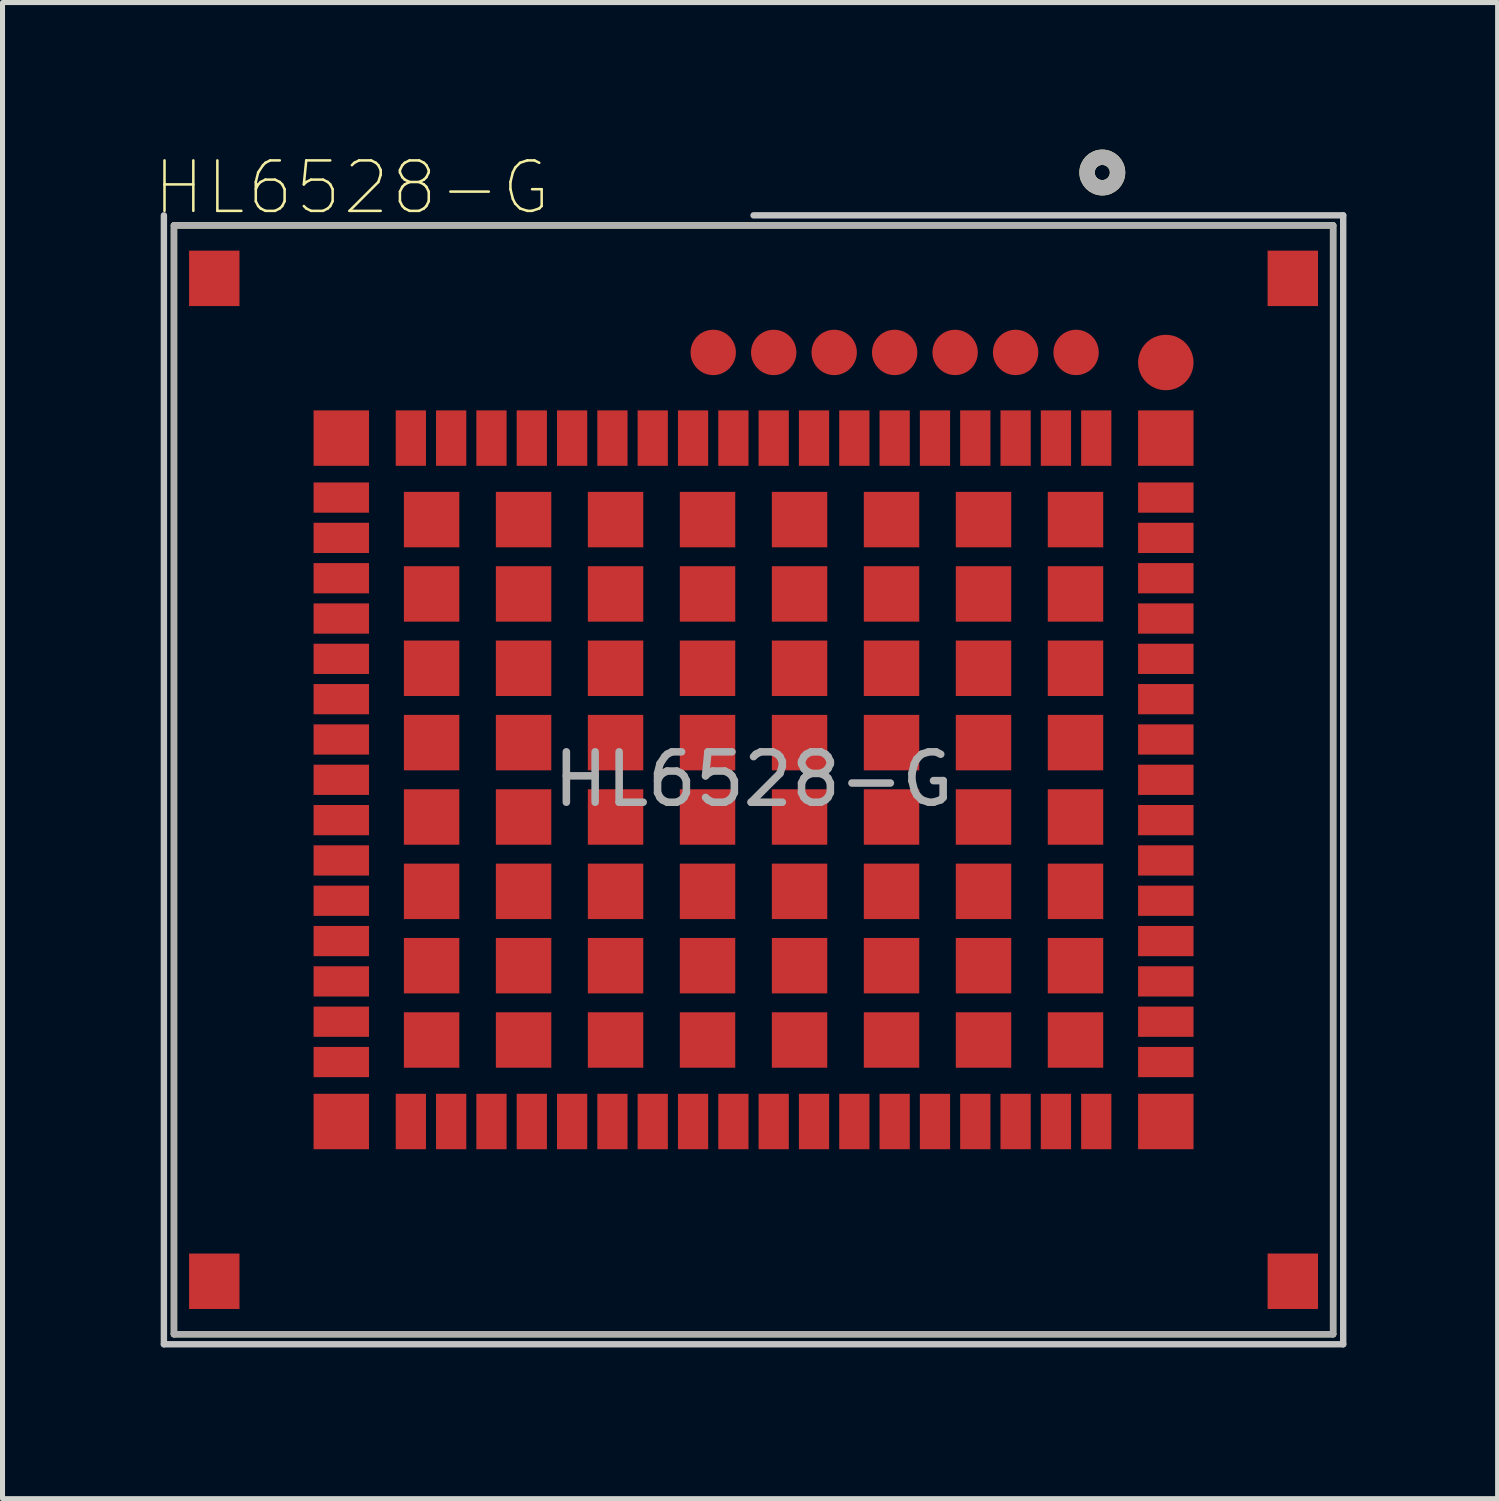
<source format=kicad_pcb>
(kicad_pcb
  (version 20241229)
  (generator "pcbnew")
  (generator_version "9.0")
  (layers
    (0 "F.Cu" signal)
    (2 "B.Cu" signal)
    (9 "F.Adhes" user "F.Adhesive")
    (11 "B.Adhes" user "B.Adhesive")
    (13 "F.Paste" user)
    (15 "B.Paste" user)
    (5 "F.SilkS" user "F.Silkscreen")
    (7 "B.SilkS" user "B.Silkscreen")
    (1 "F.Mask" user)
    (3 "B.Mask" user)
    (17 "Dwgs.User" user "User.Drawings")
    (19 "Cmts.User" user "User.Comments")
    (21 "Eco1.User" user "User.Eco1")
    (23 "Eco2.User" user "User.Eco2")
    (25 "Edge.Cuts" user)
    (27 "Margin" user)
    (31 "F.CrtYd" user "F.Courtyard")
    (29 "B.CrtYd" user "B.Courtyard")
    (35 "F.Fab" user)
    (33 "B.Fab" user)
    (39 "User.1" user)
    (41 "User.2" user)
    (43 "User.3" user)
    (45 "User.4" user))
  (footprint "HL6528-G"
    (layer "F.Cu")
    (at 11.902 12.423)
    (property "Reference" "HL6528-G" (at -7.97 -11.75 0) (layer "F.SilkS") (effects (font (size 1.001 1.001) (thickness 0.05))))
    (attr smd)
    (fp_line (start -11.5 -11) (end -11.5 11) (stroke (width 0.127) (type solid)) (layer "F.SilkS"))
    (fp_line (start -11.5 11) (end 11.5 11) (stroke (width 0.127) (type solid)) (layer "F.SilkS"))
    (fp_line (start 11.5 -11) (end -11.5 -11) (stroke (width 0.127) (type solid)) (layer "F.SilkS"))
    (fp_line (start 11.5 11) (end 11.5 -11) (stroke (width 0.127) (type solid)) (layer "F.SilkS"))
    (fp_circle (center 6.92 -12.05) (end 7.07 -12.05) (stroke (width 0.305) (type solid)) (fill no) (layer "F.SilkS"))
    (fp_line (start -11.7 11.2) (end -11.7 -11.2) (stroke (width 0.127) (type solid)) (layer "Dwgs.User"))
    (fp_line (start 0 -11.2) (end 11.7 -11.2) (stroke (width 0.127) (type solid)) (layer "Dwgs.User"))
    (fp_line (start 11.7 -11.2) (end 11.7 11.2) (stroke (width 0.127) (type solid)) (layer "Dwgs.User"))
    (fp_line (start 11.7 11.2) (end -11.7 11.2) (stroke (width 0.127) (type solid)) (layer "Dwgs.User"))
    (fp_line (start -11.5 -11) (end -11.5 11) (stroke (width 0.127) (type solid)) (layer "F.Fab"))
    (fp_line (start -11.5 11) (end 11.5 11) (stroke (width 0.127) (type solid)) (layer "F.Fab"))
    (fp_line (start 11.5 -11) (end -11.5 -11) (stroke (width 0.127) (type solid)) (layer "F.Fab"))
    (fp_line (start 11.5 11) (end 11.5 -11) (stroke (width 0.127) (type solid)) (layer "F.Fab"))
    (fp_circle (center 6.92 -12.05) (end 7.07 -12.05) (stroke (width 0.305) (type solid)) (fill no) (layer "F.Fab"))
    (fp_text user "${REFERENCE}" (at 0 -0.01 0) (layer "F.Fab") (effects (font (size 1 1) (thickness 0.15))))
    (pad "1" smd rect (at 6.8 -6.78 90) (size 1.1 0.6) (layers "F.Cu" "F.Mask" "F.Paste"))
    (pad "2" smd rect (at 6 -6.78 90) (size 1.1 0.6) (layers "F.Cu" "F.Mask" "F.Paste"))
    (pad "3" smd rect (at 5.2 -6.78 90) (size 1.1 0.6) (layers "F.Cu" "F.Mask" "F.Paste"))
    (pad "4" smd rect (at 4.4 -6.78 90) (size 1.1 0.6) (layers "F.Cu" "F.Mask" "F.Paste"))
    (pad "5" smd rect (at 3.6 -6.78 90) (size 1.1 0.6) (layers "F.Cu" "F.Mask" "F.Paste"))
    (pad "6" smd rect (at 2.8 -6.78 90) (size 1.1 0.6) (layers "F.Cu" "F.Mask" "F.Paste"))
    (pad "7" smd rect (at 2 -6.78 90) (size 1.1 0.6) (layers "F.Cu" "F.Mask" "F.Paste"))
    (pad "8" smd rect (at 1.2 -6.78 90) (size 1.1 0.6) (layers "F.Cu" "F.Mask" "F.Paste"))
    (pad "9" smd rect (at 0.4 -6.78 90) (size 1.1 0.6) (layers "F.Cu" "F.Mask" "F.Paste"))
    (pad "10" smd rect (at -0.4 -6.78 90) (size 1.1 0.6) (layers "F.Cu" "F.Mask" "F.Paste"))
    (pad "11" smd rect (at -1.2 -6.78 90) (size 1.1 0.6) (layers "F.Cu" "F.Mask" "F.Paste"))
    (pad "12" smd rect (at -2 -6.78 90) (size 1.1 0.6) (layers "F.Cu" "F.Mask" "F.Paste"))
    (pad "13" smd rect (at -2.8 -6.78 90) (size 1.1 0.6) (layers "F.Cu" "F.Mask" "F.Paste"))
    (pad "14" smd rect (at -3.6 -6.78 90) (size 1.1 0.6) (layers "F.Cu" "F.Mask" "F.Paste"))
    (pad "15" smd rect (at -4.4 -6.78 90) (size 1.1 0.6) (layers "F.Cu" "F.Mask" "F.Paste"))
    (pad "16" smd rect (at -5.2 -6.78 90) (size 1.1 0.6) (layers "F.Cu" "F.Mask" "F.Paste"))
    (pad "17" smd rect (at -6 -6.78 90) (size 1.1 0.6) (layers "F.Cu" "F.Mask" "F.Paste"))
    (pad "18" smd rect (at -6.8 -6.78 90) (size 1.1 0.6) (layers "F.Cu" "F.Mask" "F.Paste"))
    (pad "19" smd rect (at -8.18 -5.6 180) (size 1.1 0.6) (layers "F.Cu" "F.Mask" "F.Paste"))
    (pad "20" smd rect (at -8.18 -4.8 180) (size 1.1 0.6) (layers "F.Cu" "F.Mask" "F.Paste"))
    (pad "21" smd rect (at -8.18 -4 180) (size 1.1 0.6) (layers "F.Cu" "F.Mask" "F.Paste"))
    (pad "22" smd rect (at -8.18 -3.2 180) (size 1.1 0.6) (layers "F.Cu" "F.Mask" "F.Paste"))
    (pad "23" smd rect (at -8.18 -2.4 180) (size 1.1 0.6) (layers "F.Cu" "F.Mask" "F.Paste"))
    (pad "24" smd rect (at -8.18 -1.6 180) (size 1.1 0.6) (layers "F.Cu" "F.Mask" "F.Paste"))
    (pad "25" smd rect (at -8.18 -0.8 180) (size 1.1 0.6) (layers "F.Cu" "F.Mask" "F.Paste"))
    (pad "26" smd rect (at -8.18 0 180) (size 1.1 0.6) (layers "F.Cu" "F.Mask" "F.Paste"))
    (pad "27" smd rect (at -8.18 0.8 180) (size 1.1 0.6) (layers "F.Cu" "F.Mask" "F.Paste"))
    (pad "28" smd rect (at -8.18 1.6 180) (size 1.1 0.6) (layers "F.Cu" "F.Mask" "F.Paste"))
    (pad "29" smd rect (at -8.18 2.4 180) (size 1.1 0.6) (layers "F.Cu" "F.Mask" "F.Paste"))
    (pad "30" smd rect (at -8.18 3.2 180) (size 1.1 0.6) (layers "F.Cu" "F.Mask" "F.Paste"))
    (pad "31" smd rect (at -8.18 4 180) (size 1.1 0.6) (layers "F.Cu" "F.Mask" "F.Paste"))
    (pad "32" smd rect (at -8.18 4.8 180) (size 1.1 0.6) (layers "F.Cu" "F.Mask" "F.Paste"))
    (pad "33" smd rect (at -8.18 5.6 180) (size 1.1 0.6) (layers "F.Cu" "F.Mask" "F.Paste"))
    (pad "34" smd rect (at -6.8 6.78 270) (size 1.1 0.6) (layers "F.Cu" "F.Mask" "F.Paste"))
    (pad "35" smd rect (at -6 6.78 270) (size 1.1 0.6) (layers "F.Cu" "F.Mask" "F.Paste"))
    (pad "36" smd rect (at -5.2 6.78 270) (size 1.1 0.6) (layers "F.Cu" "F.Mask" "F.Paste"))
    (pad "37" smd rect (at -4.4 6.78 270) (size 1.1 0.6) (layers "F.Cu" "F.Mask" "F.Paste"))
    (pad "38" smd rect (at -3.6 6.78 270) (size 1.1 0.6) (layers "F.Cu" "F.Mask" "F.Paste"))
    (pad "39" smd rect (at -2.8 6.78 270) (size 1.1 0.6) (layers "F.Cu" "F.Mask" "F.Paste"))
    (pad "40" smd rect (at -2 6.78 270) (size 1.1 0.6) (layers "F.Cu" "F.Mask" "F.Paste"))
    (pad "41" smd rect (at -1.2 6.78 270) (size 1.1 0.6) (layers "F.Cu" "F.Mask" "F.Paste"))
    (pad "42" smd rect (at -0.4 6.78 270) (size 1.1 0.6) (layers "F.Cu" "F.Mask" "F.Paste"))
    (pad "43" smd rect (at 0.4 6.78 270) (size 1.1 0.6) (layers "F.Cu" "F.Mask" "F.Paste"))
    (pad "44" smd rect (at 1.2 6.78 270) (size 1.1 0.6) (layers "F.Cu" "F.Mask" "F.Paste"))
    (pad "45" smd rect (at 2 6.78 270) (size 1.1 0.6) (layers "F.Cu" "F.Mask" "F.Paste"))
    (pad "46" smd rect (at 2.8 6.78 270) (size 1.1 0.6) (layers "F.Cu" "F.Mask" "F.Paste"))
    (pad "47" smd rect (at 3.6 6.78 270) (size 1.1 0.6) (layers "F.Cu" "F.Mask" "F.Paste"))
    (pad "48" smd rect (at 4.4 6.78 270) (size 1.1 0.6) (layers "F.Cu" "F.Mask" "F.Paste"))
    (pad "49" smd rect (at 5.2 6.78 270) (size 1.1 0.6) (layers "F.Cu" "F.Mask" "F.Paste"))
    (pad "50" smd rect (at 6 6.78 270) (size 1.1 0.6) (layers "F.Cu" "F.Mask" "F.Paste"))
    (pad "51" smd rect (at 6.8 6.78 270) (size 1.1 0.6) (layers "F.Cu" "F.Mask" "F.Paste"))
    (pad "52" smd rect (at 8.18 5.6) (size 1.1 0.6) (layers "F.Cu" "F.Mask" "F.Paste"))
    (pad "53" smd rect (at 8.18 4.8) (size 1.1 0.6) (layers "F.Cu" "F.Mask" "F.Paste"))
    (pad "54" smd rect (at 8.18 4) (size 1.1 0.6) (layers "F.Cu" "F.Mask" "F.Paste"))
    (pad "55" smd rect (at 8.18 3.2) (size 1.1 0.6) (layers "F.Cu" "F.Mask" "F.Paste"))
    (pad "56" smd rect (at 8.18 2.4) (size 1.1 0.6) (layers "F.Cu" "F.Mask" "F.Paste"))
    (pad "57" smd rect (at 8.18 1.6) (size 1.1 0.6) (layers "F.Cu" "F.Mask" "F.Paste"))
    (pad "58" smd rect (at 8.18 0.8) (size 1.1 0.6) (layers "F.Cu" "F.Mask" "F.Paste"))
    (pad "59" smd rect (at 8.18 0) (size 1.1 0.6) (layers "F.Cu" "F.Mask" "F.Paste"))
    (pad "60" smd rect (at 8.18 -0.8) (size 1.1 0.6) (layers "F.Cu" "F.Mask" "F.Paste"))
    (pad "61" smd rect (at 8.18 -1.6) (size 1.1 0.6) (layers "F.Cu" "F.Mask" "F.Paste"))
    (pad "62" smd rect (at 8.18 -2.4) (size 1.1 0.6) (layers "F.Cu" "F.Mask" "F.Paste"))
    (pad "63" smd rect (at 8.18 -3.2) (size 1.1 0.6) (layers "F.Cu" "F.Mask" "F.Paste"))
    (pad "64" smd rect (at 8.18 -4) (size 1.1 0.6) (layers "F.Cu" "F.Mask" "F.Paste"))
    (pad "65" smd rect (at 8.18 -4.8) (size 1.1 0.6) (layers "F.Cu" "F.Mask" "F.Paste"))
    (pad "66" smd rect (at 8.18 -5.6) (size 1.1 0.6) (layers "F.Cu" "F.Mask" "F.Paste"))
    (pad "67" smd rect (at 8.18 -6.78) (size 1.1 1.1) (layers "F.Cu" "F.Mask" "F.Paste"))
    (pad "68" smd rect (at -8.18 -6.78) (size 1.1 1.1) (layers "F.Cu" "F.Mask" "F.Paste"))
    (pad "69" smd rect (at -8.18 6.78) (size 1.1 1.1) (layers "F.Cu" "F.Mask" "F.Paste"))
    (pad "70" smd rect (at 8.18 6.78) (size 1.1 1.1) (layers "F.Cu" "F.Mask" "F.Paste"))
    (pad "167" smd rect (at 10.7 -9.95) (size 1 1.1) (layers "F.Cu" "F.Mask" "F.Paste"))
    (pad "168" smd rect (at -10.7 -9.95) (size 1 1.1) (layers "F.Cu" "F.Mask" "F.Paste"))
    (pad "169" smd rect (at -10.7 9.95) (size 1 1.1) (layers "F.Cu" "F.Mask" "F.Paste"))
    (pad "170" smd rect (at 10.7 9.95) (size 1 1.1) (layers "F.Cu" "F.Mask" "F.Paste"))
    (pad "171" smd rect (at 6.388 -5.163) (size 1.1 1.1) (layers "F.Cu" "F.Mask" "F.Paste"))
    (pad "172" smd rect (at 6.388 -3.688) (size 1.1 1.1) (layers "F.Cu" "F.Mask" "F.Paste"))
    (pad "173" smd rect (at 6.388 -2.213) (size 1.1 1.1) (layers "F.Cu" "F.Mask" "F.Paste"))
    (pad "174" smd rect (at 6.388 -0.738) (size 1.1 1.1) (layers "F.Cu" "F.Mask" "F.Paste"))
    (pad "175" smd rect (at 6.388 0.738) (size 1.1 1.1) (layers "F.Cu" "F.Mask" "F.Paste"))
    (pad "176" smd rect (at 6.388 2.213) (size 1.1 1.1) (layers "F.Cu" "F.Mask" "F.Paste"))
    (pad "177" smd rect (at 6.388 3.688) (size 1.1 1.1) (layers "F.Cu" "F.Mask" "F.Paste"))
    (pad "178" smd rect (at 6.388 5.163) (size 1.1 1.1) (layers "F.Cu" "F.Mask" "F.Paste"))
    (pad "179" smd rect (at 4.563 5.163) (size 1.1 1.1) (layers "F.Cu" "F.Mask" "F.Paste"))
    (pad "180" smd rect (at 2.738 5.163) (size 1.1 1.1) (layers "F.Cu" "F.Mask" "F.Paste"))
    (pad "181" smd rect (at 0.913 5.163) (size 1.1 1.1) (layers "F.Cu" "F.Mask" "F.Paste"))
    (pad "182" smd rect (at -0.913 5.163) (size 1.1 1.1) (layers "F.Cu" "F.Mask" "F.Paste"))
    (pad "183" smd rect (at -2.738 5.163) (size 1.1 1.1) (layers "F.Cu" "F.Mask" "F.Paste"))
    (pad "184" smd rect (at -4.563 5.163) (size 1.1 1.1) (layers "F.Cu" "F.Mask" "F.Paste"))
    (pad "185" smd rect (at -6.388 5.163) (size 1.1 1.1) (layers "F.Cu" "F.Mask" "F.Paste"))
    (pad "186" smd rect (at -6.388 3.688) (size 1.1 1.1) (layers "F.Cu" "F.Mask" "F.Paste"))
    (pad "187" smd rect (at -6.388 2.213) (size 1.1 1.1) (layers "F.Cu" "F.Mask" "F.Paste"))
    (pad "188" smd rect (at -6.388 0.738) (size 1.1 1.1) (layers "F.Cu" "F.Mask" "F.Paste"))
    (pad "189" smd rect (at -6.388 -0.738) (size 1.1 1.1) (layers "F.Cu" "F.Mask" "F.Paste"))
    (pad "190" smd rect (at -6.388 -2.213) (size 1.1 1.1) (layers "F.Cu" "F.Mask" "F.Paste"))
    (pad "191" smd rect (at -6.388 -3.688) (size 1.1 1.1) (layers "F.Cu" "F.Mask" "F.Paste"))
    (pad "192" smd rect (at -6.388 -5.163) (size 1.1 1.1) (layers "F.Cu" "F.Mask" "F.Paste"))
    (pad "193" smd rect (at -4.563 -5.163) (size 1.1 1.1) (layers "F.Cu" "F.Mask" "F.Paste"))
    (pad "194" smd rect (at -2.738 -5.163) (size 1.1 1.1) (layers "F.Cu" "F.Mask" "F.Paste"))
    (pad "195" smd rect (at -0.913 -5.163) (size 1.1 1.1) (layers "F.Cu" "F.Mask" "F.Paste"))
    (pad "196" smd rect (at 0.913 -5.163) (size 1.1 1.1) (layers "F.Cu" "F.Mask" "F.Paste"))
    (pad "197" smd rect (at 2.738 -5.163) (size 1.1 1.1) (layers "F.Cu" "F.Mask" "F.Paste"))
    (pad "198" smd rect (at 4.563 -5.163) (size 1.1 1.1) (layers "F.Cu" "F.Mask" "F.Paste"))
    (pad "199" smd rect (at 4.563 -3.688) (size 1.1 1.1) (layers "F.Cu" "F.Mask" "F.Paste"))
    (pad "200" smd rect (at 4.563 -2.213) (size 1.1 1.1) (layers "F.Cu" "F.Mask" "F.Paste"))
    (pad "201" smd rect (at 4.563 -0.738) (size 1.1 1.1) (layers "F.Cu" "F.Mask" "F.Paste"))
    (pad "202" smd rect (at 4.563 0.738) (size 1.1 1.1) (layers "F.Cu" "F.Mask" "F.Paste"))
    (pad "203" smd rect (at 4.563 2.213) (size 1.1 1.1) (layers "F.Cu" "F.Mask" "F.Paste"))
    (pad "204" smd rect (at 4.563 3.688) (size 1.1 1.1) (layers "F.Cu" "F.Mask" "F.Paste"))
    (pad "205" smd rect (at 2.738 3.688) (size 1.1 1.1) (layers "F.Cu" "F.Mask" "F.Paste"))
    (pad "206" smd rect (at 0.913 3.688) (size 1.1 1.1) (layers "F.Cu" "F.Mask" "F.Paste"))
    (pad "207" smd rect (at -0.913 3.688) (size 1.1 1.1) (layers "F.Cu" "F.Mask" "F.Paste"))
    (pad "208" smd rect (at -2.738 3.688) (size 1.1 1.1) (layers "F.Cu" "F.Mask" "F.Paste"))
    (pad "209" smd rect (at -4.563 3.688) (size 1.1 1.1) (layers "F.Cu" "F.Mask" "F.Paste"))
    (pad "210" smd rect (at -4.563 2.213) (size 1.1 1.1) (layers "F.Cu" "F.Mask" "F.Paste"))
    (pad "211" smd rect (at -4.563 0.738) (size 1.1 1.1) (layers "F.Cu" "F.Mask" "F.Paste"))
    (pad "212" smd rect (at -4.563 -0.738) (size 1.1 1.1) (layers "F.Cu" "F.Mask" "F.Paste"))
    (pad "213" smd rect (at -4.563 -2.213) (size 1.1 1.1) (layers "F.Cu" "F.Mask" "F.Paste"))
    (pad "214" smd rect (at -4.563 -3.688) (size 1.1 1.1) (layers "F.Cu" "F.Mask" "F.Paste"))
    (pad "215" smd rect (at -2.738 -3.688) (size 1.1 1.1) (layers "F.Cu" "F.Mask" "F.Paste"))
    (pad "216" smd rect (at -0.913 -3.688) (size 1.1 1.1) (layers "F.Cu" "F.Mask" "F.Paste"))
    (pad "217" smd rect (at 0.913 -3.688) (size 1.1 1.1) (layers "F.Cu" "F.Mask" "F.Paste"))
    (pad "218" smd rect (at 2.738 -3.688) (size 1.1 1.1) (layers "F.Cu" "F.Mask" "F.Paste"))
    (pad "219" smd rect (at 2.738 -2.213) (size 1.1 1.1) (layers "F.Cu" "F.Mask" "F.Paste"))
    (pad "220" smd rect (at 2.738 -0.738) (size 1.1 1.1) (layers "F.Cu" "F.Mask" "F.Paste"))
    (pad "221" smd rect (at 2.738 0.738) (size 1.1 1.1) (layers "F.Cu" "F.Mask" "F.Paste"))
    (pad "222" smd rect (at 2.738 2.213) (size 1.1 1.1) (layers "F.Cu" "F.Mask" "F.Paste"))
    (pad "223" smd rect (at 0.913 2.213) (size 1.1 1.1) (layers "F.Cu" "F.Mask" "F.Paste"))
    (pad "224" smd rect (at -0.913 2.213) (size 1.1 1.1) (layers "F.Cu" "F.Mask" "F.Paste"))
    (pad "225" smd rect (at -2.738 2.213) (size 1.1 1.1) (layers "F.Cu" "F.Mask" "F.Paste"))
    (pad "226" smd rect (at -2.738 0.738) (size 1.1 1.1) (layers "F.Cu" "F.Mask" "F.Paste"))
    (pad "227" smd rect (at -2.738 -0.738) (size 1.1 1.1) (layers "F.Cu" "F.Mask" "F.Paste"))
    (pad "228" smd rect (at -2.738 -2.213) (size 1.1 1.1) (layers "F.Cu" "F.Mask" "F.Paste"))
    (pad "229" smd rect (at -0.913 -2.213) (size 1.1 1.1) (layers "F.Cu" "F.Mask" "F.Paste"))
    (pad "230" smd rect (at 0.913 -2.213) (size 1.1 1.1) (layers "F.Cu" "F.Mask" "F.Paste"))
    (pad "231" smd rect (at 0.913 -0.738) (size 1.1 1.1) (layers "F.Cu" "F.Mask" "F.Paste"))
    (pad "232" smd rect (at 0.913 0.738) (size 1.1 1.1) (layers "F.Cu" "F.Mask" "F.Paste"))
    (pad "233" smd rect (at -0.913 0.738) (size 1.1 1.1) (layers "F.Cu" "F.Mask" "F.Paste"))
    (pad "234" smd rect (at -0.913 -0.738) (size 1.1 1.1) (layers "F.Cu" "F.Mask" "F.Paste"))
    (pad "235" smd circle (at 8.18 -8.28) (size 1.1 1.1) (layers "F.Cu" "F.Mask" "F.Paste"))
    (pad "236" smd circle (at 6.4 -8.48) (size 0.9 0.9) (layers "F.Cu" "F.Mask" "F.Paste"))
    (pad "237" smd circle (at 5.2 -8.48) (size 0.9 0.9) (layers "F.Cu" "F.Mask" "F.Paste"))
    (pad "238" smd circle (at 4 -8.48) (size 0.9 0.9) (layers "F.Cu" "F.Mask" "F.Paste"))
    (pad "239" smd circle (at 2.8 -8.48) (size 0.9 0.9) (layers "F.Cu" "F.Mask" "F.Paste"))
    (pad "240" smd circle (at 1.6 -8.48) (size 0.9 0.9) (layers "F.Cu" "F.Mask" "F.Paste"))
    (pad "241" smd circle (at 0.4 -8.48) (size 0.9 0.9) (layers "F.Cu" "F.Mask" "F.Paste"))
    (pad "242" smd circle (at -0.8 -8.48) (size 0.9 0.9) (layers "F.Cu" "F.Mask" "F.Paste")))
  (gr_rect
    (start -3 -3)
    (end 26.666 26.687)
    (stroke (width 0.1) (type default))
    (fill no)
    (layer "Edge.Cuts")))
</source>
